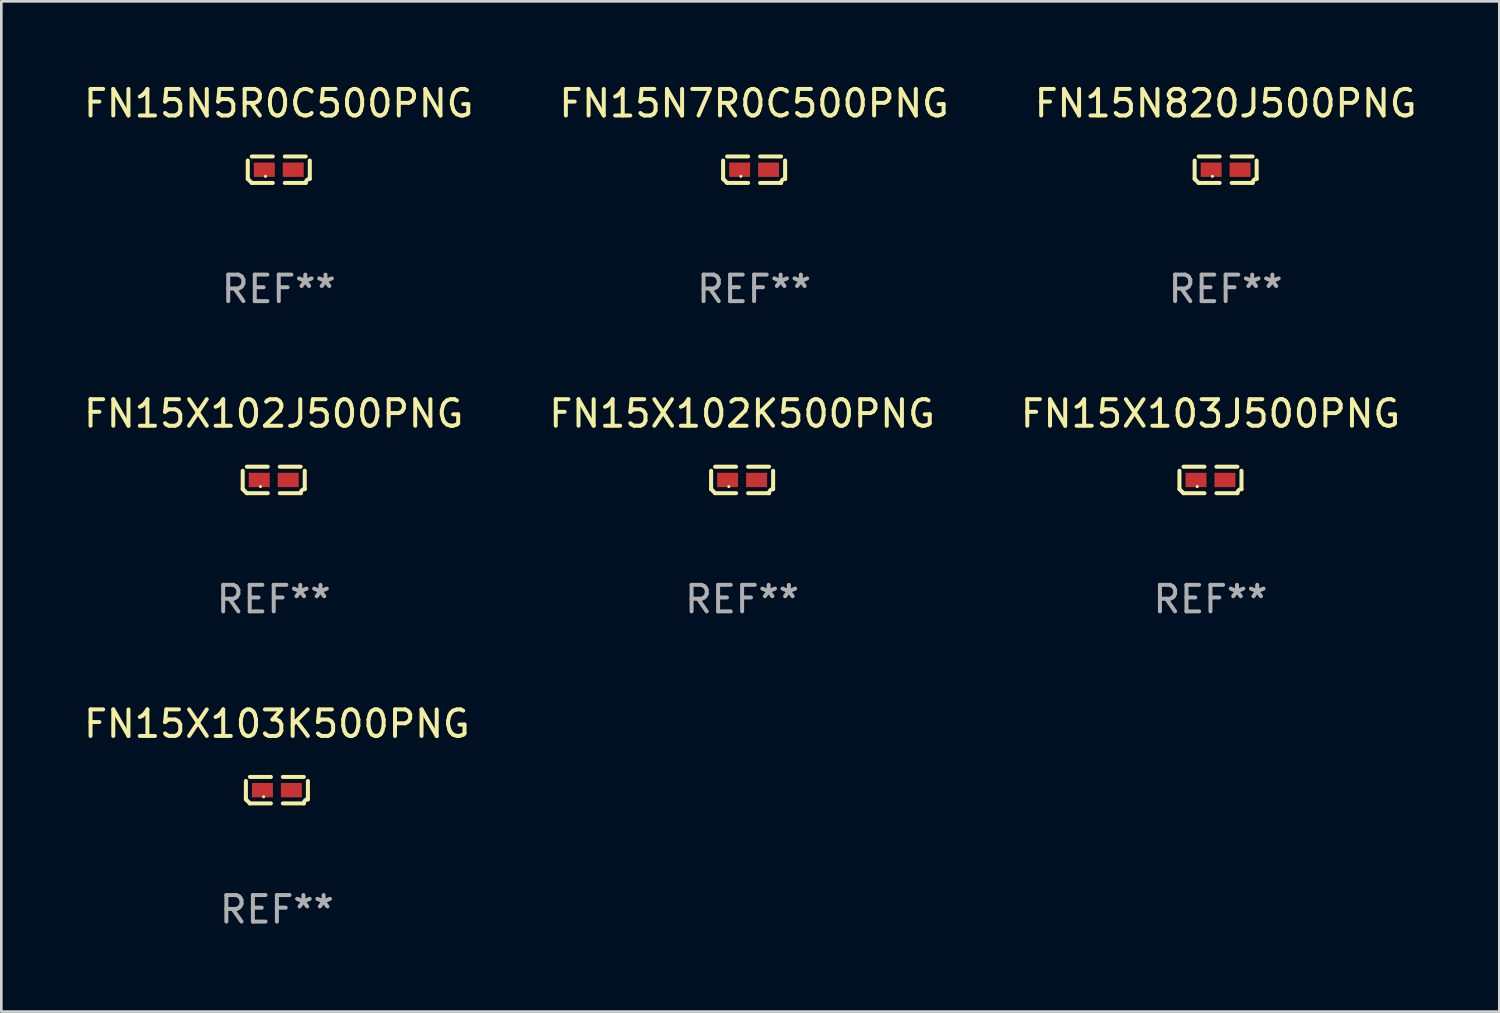
<source format=kicad_pcb>
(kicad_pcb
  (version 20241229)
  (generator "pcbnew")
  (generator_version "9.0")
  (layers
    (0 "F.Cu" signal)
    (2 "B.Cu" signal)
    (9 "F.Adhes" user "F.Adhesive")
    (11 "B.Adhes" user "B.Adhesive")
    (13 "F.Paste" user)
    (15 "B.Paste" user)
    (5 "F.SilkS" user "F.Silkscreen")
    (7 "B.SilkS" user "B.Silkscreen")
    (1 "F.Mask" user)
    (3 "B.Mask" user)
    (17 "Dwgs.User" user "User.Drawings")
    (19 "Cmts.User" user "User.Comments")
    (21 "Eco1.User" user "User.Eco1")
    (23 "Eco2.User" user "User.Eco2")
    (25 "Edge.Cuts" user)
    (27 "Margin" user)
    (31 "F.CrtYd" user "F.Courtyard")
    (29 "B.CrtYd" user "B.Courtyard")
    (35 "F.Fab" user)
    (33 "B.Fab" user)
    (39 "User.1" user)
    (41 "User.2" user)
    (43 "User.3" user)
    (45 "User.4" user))
  (footprint "FN15X102J500PNG"
    (layer "F.Cu")
    (at 7.268 15.041)
    (property "Reference" "FN15X102J500PNG" (at 0 -2.499 0) (layer "F.SilkS") (effects (font (size 1 1) (thickness 0.15))))
    (attr through_hole)
    (fp_line (start -1.169 0.346) (end -1.169 -0.346) (stroke (width 0.152) (type solid)) (layer "F.SilkS"))
    (fp_line (start -1.016 -0.499) (end -0.226 -0.499) (stroke (width 0.152) (type solid)) (layer "F.SilkS"))
    (fp_line (start -0.226 0.499) (end -1.016 0.499) (stroke (width 0.152) (type solid)) (layer "F.SilkS"))
    (fp_line (start 0.226 0.499) (end 1.016 0.499) (stroke (width 0.152) (type solid)) (layer "F.SilkS"))
    (fp_line (start 1.016 -0.499) (end 0.226 -0.499) (stroke (width 0.152) (type solid)) (layer "F.SilkS"))
    (fp_line (start 1.169 0.346) (end 1.169 -0.346) (stroke (width 0.152) (type solid)) (layer "F.SilkS"))
    (fp_arc (start -1.016307 0.498603) (mid -1.092512 0.422405) (end -1.16871 0.3462) (stroke (width 0.1524) (type solid)) (layer "F.SilkS"))
    (fp_arc (start 1.016307 0.498603) (mid 1.060899 0.390758) (end 1.168707 0.346076) (stroke (width 0.1524) (type solid)) (layer "F.SilkS"))
    (fp_circle (center -0.5 0.25) (end -0.47 0.25) (stroke (width 0.06) (type solid)) (fill no) (layer "F.SilkS"))
    (fp_text user "REF**" (at 0 4.499 0) (layer "F.Fab") (effects (font (size 1 1) (thickness 0.15))))
    (pad "1" smd rect (at -0.545 0) (size 0.79 0.54) (layers "F.Cu" "F.Mask" "F.Paste"))
    (pad "2" smd rect (at 0.545 0) (size 0.79 0.54) (layers "F.Cu" "F.Mask" "F.Paste")))
  (footprint "FN15N820J500PNG"
    (layer "F.Cu")
    (at 43.149 3.347)
    (property "Reference" "FN15N820J500PNG" (at 0 -2.499 0) (layer "F.SilkS") (effects (font (size 1 1) (thickness 0.15))))
    (attr through_hole)
    (fp_line (start -1.169 0.346) (end -1.169 -0.346) (stroke (width 0.152) (type solid)) (layer "F.SilkS"))
    (fp_line (start -1.016 -0.499) (end -0.226 -0.499) (stroke (width 0.152) (type solid)) (layer "F.SilkS"))
    (fp_line (start -0.226 0.499) (end -1.016 0.499) (stroke (width 0.152) (type solid)) (layer "F.SilkS"))
    (fp_line (start 0.226 0.499) (end 1.016 0.499) (stroke (width 0.152) (type solid)) (layer "F.SilkS"))
    (fp_line (start 1.016 -0.499) (end 0.226 -0.499) (stroke (width 0.152) (type solid)) (layer "F.SilkS"))
    (fp_line (start 1.169 0.346) (end 1.169 -0.346) (stroke (width 0.152) (type solid)) (layer "F.SilkS"))
    (fp_arc (start -1.016307 0.498603) (mid -1.092512 0.422405) (end -1.16871 0.3462) (stroke (width 0.1524) (type solid)) (layer "F.SilkS"))
    (fp_arc (start 1.016307 0.498603) (mid 1.060899 0.390758) (end 1.168707 0.346076) (stroke (width 0.1524) (type solid)) (layer "F.SilkS"))
    (fp_circle (center -0.5 0.25) (end -0.47 0.25) (stroke (width 0.06) (type solid)) (fill no) (layer "F.SilkS"))
    (fp_text user "REF**" (at 0 4.499 0) (layer "F.Fab") (effects (font (size 1 1) (thickness 0.15))))
    (pad "1" smd rect (at -0.545 0) (size 0.79 0.54) (layers "F.Cu" "F.Mask" "F.Paste"))
    (pad "2" smd rect (at 0.545 0) (size 0.79 0.54) (layers "F.Cu" "F.Mask" "F.Paste")))
  (footprint "FN15X103K500PNG"
    (layer "F.Cu")
    (at 7.387 26.734)
    (property "Reference" "FN15X103K500PNG" (at 0 -2.499 0) (layer "F.SilkS") (effects (font (size 1 1) (thickness 0.15))))
    (attr through_hole)
    (fp_line (start -1.169 0.346) (end -1.169 -0.346) (stroke (width 0.152) (type solid)) (layer "F.SilkS"))
    (fp_line (start -1.016 -0.499) (end -0.226 -0.499) (stroke (width 0.152) (type solid)) (layer "F.SilkS"))
    (fp_line (start -0.226 0.499) (end -1.016 0.499) (stroke (width 0.152) (type solid)) (layer "F.SilkS"))
    (fp_line (start 0.226 0.499) (end 1.016 0.499) (stroke (width 0.152) (type solid)) (layer "F.SilkS"))
    (fp_line (start 1.016 -0.499) (end 0.226 -0.499) (stroke (width 0.152) (type solid)) (layer "F.SilkS"))
    (fp_line (start 1.169 0.346) (end 1.169 -0.346) (stroke (width 0.152) (type solid)) (layer "F.SilkS"))
    (fp_arc (start -1.016307 0.498603) (mid -1.092512 0.422405) (end -1.16871 0.3462) (stroke (width 0.1524) (type solid)) (layer "F.SilkS"))
    (fp_arc (start 1.016307 0.498603) (mid 1.060899 0.390758) (end 1.168707 0.346076) (stroke (width 0.1524) (type solid)) (layer "F.SilkS"))
    (fp_circle (center -0.5 0.25) (end -0.47 0.25) (stroke (width 0.06) (type solid)) (fill no) (layer "F.SilkS"))
    (fp_text user "REF**" (at 0 4.499 0) (layer "F.Fab") (effects (font (size 1 1) (thickness 0.15))))
    (pad "1" smd rect (at -0.545 0) (size 0.79 0.54) (layers "F.Cu" "F.Mask" "F.Paste"))
    (pad "2" smd rect (at 0.545 0) (size 0.79 0.54) (layers "F.Cu" "F.Mask" "F.Paste")))
  (footprint "FN15N7R0C500PNG"
    (layer "F.Cu")
    (at 25.375 3.347)
    (property "Reference" "FN15N7R0C500PNG" (at 0 -2.499 0) (layer "F.SilkS") (effects (font (size 1 1) (thickness 0.15))))
    (attr through_hole)
    (fp_line (start -1.169 0.346) (end -1.169 -0.346) (stroke (width 0.152) (type solid)) (layer "F.SilkS"))
    (fp_line (start -1.016 -0.499) (end -0.226 -0.499) (stroke (width 0.152) (type solid)) (layer "F.SilkS"))
    (fp_line (start -0.226 0.499) (end -1.016 0.499) (stroke (width 0.152) (type solid)) (layer "F.SilkS"))
    (fp_line (start 0.226 0.499) (end 1.016 0.499) (stroke (width 0.152) (type solid)) (layer "F.SilkS"))
    (fp_line (start 1.016 -0.499) (end 0.226 -0.499) (stroke (width 0.152) (type solid)) (layer "F.SilkS"))
    (fp_line (start 1.169 0.346) (end 1.169 -0.346) (stroke (width 0.152) (type solid)) (layer "F.SilkS"))
    (fp_arc (start -1.016307 0.498603) (mid -1.092512 0.422405) (end -1.16871 0.3462) (stroke (width 0.1524) (type solid)) (layer "F.SilkS"))
    (fp_arc (start 1.016307 0.498603) (mid 1.060899 0.390758) (end 1.168707 0.346076) (stroke (width 0.1524) (type solid)) (layer "F.SilkS"))
    (fp_circle (center -0.5 0.25) (end -0.47 0.25) (stroke (width 0.06) (type solid)) (fill no) (layer "F.SilkS"))
    (fp_text user "REF**" (at 0 4.499 0) (layer "F.Fab") (effects (font (size 1 1) (thickness 0.15))))
    (pad "1" smd rect (at -0.545 0) (size 0.79 0.54) (layers "F.Cu" "F.Mask" "F.Paste"))
    (pad "2" smd rect (at 0.545 0) (size 0.79 0.54) (layers "F.Cu" "F.Mask" "F.Paste")))
  (footprint "FN15N5R0C500PNG"
    (layer "F.Cu")
    (at 7.458 3.347)
    (property "Reference" "FN15N5R0C500PNG" (at 0 -2.499 0) (layer "F.SilkS") (effects (font (size 1 1) (thickness 0.15))))
    (attr through_hole)
    (fp_line (start -1.169 0.346) (end -1.169 -0.346) (stroke (width 0.152) (type solid)) (layer "F.SilkS"))
    (fp_line (start -1.016 -0.499) (end -0.226 -0.499) (stroke (width 0.152) (type solid)) (layer "F.SilkS"))
    (fp_line (start -0.226 0.499) (end -1.016 0.499) (stroke (width 0.152) (type solid)) (layer "F.SilkS"))
    (fp_line (start 0.226 0.499) (end 1.016 0.499) (stroke (width 0.152) (type solid)) (layer "F.SilkS"))
    (fp_line (start 1.016 -0.499) (end 0.226 -0.499) (stroke (width 0.152) (type solid)) (layer "F.SilkS"))
    (fp_line (start 1.169 0.346) (end 1.169 -0.346) (stroke (width 0.152) (type solid)) (layer "F.SilkS"))
    (fp_arc (start -1.016307 0.498603) (mid -1.092512 0.422405) (end -1.16871 0.3462) (stroke (width 0.1524) (type solid)) (layer "F.SilkS"))
    (fp_arc (start 1.016307 0.498603) (mid 1.060899 0.390758) (end 1.168707 0.346076) (stroke (width 0.1524) (type solid)) (layer "F.SilkS"))
    (fp_circle (center -0.5 0.25) (end -0.47 0.25) (stroke (width 0.06) (type solid)) (fill no) (layer "F.SilkS"))
    (fp_text user "REF**" (at 0 4.499 0) (layer "F.Fab") (effects (font (size 1 1) (thickness 0.15))))
    (pad "1" smd rect (at -0.545 0) (size 0.79 0.54) (layers "F.Cu" "F.Mask" "F.Paste"))
    (pad "2" smd rect (at 0.545 0) (size 0.79 0.54) (layers "F.Cu" "F.Mask" "F.Paste")))
  (footprint "FN15X102K500PNG"
    (layer "F.Cu")
    (at 24.923 15.041)
    (property "Reference" "FN15X102K500PNG" (at 0 -2.499 0) (layer "F.SilkS") (effects (font (size 1 1) (thickness 0.15))))
    (attr through_hole)
    (fp_line (start -1.169 0.346) (end -1.169 -0.346) (stroke (width 0.152) (type solid)) (layer "F.SilkS"))
    (fp_line (start -1.016 -0.499) (end -0.226 -0.499) (stroke (width 0.152) (type solid)) (layer "F.SilkS"))
    (fp_line (start -0.226 0.499) (end -1.016 0.499) (stroke (width 0.152) (type solid)) (layer "F.SilkS"))
    (fp_line (start 0.226 0.499) (end 1.016 0.499) (stroke (width 0.152) (type solid)) (layer "F.SilkS"))
    (fp_line (start 1.016 -0.499) (end 0.226 -0.499) (stroke (width 0.152) (type solid)) (layer "F.SilkS"))
    (fp_line (start 1.169 0.346) (end 1.169 -0.346) (stroke (width 0.152) (type solid)) (layer "F.SilkS"))
    (fp_arc (start -1.016307 0.498603) (mid -1.092512 0.422405) (end -1.16871 0.3462) (stroke (width 0.1524) (type solid)) (layer "F.SilkS"))
    (fp_arc (start 1.016307 0.498603) (mid 1.060899 0.390758) (end 1.168707 0.346076) (stroke (width 0.1524) (type solid)) (layer "F.SilkS"))
    (fp_circle (center -0.5 0.25) (end -0.47 0.25) (stroke (width 0.06) (type solid)) (fill no) (layer "F.SilkS"))
    (fp_text user "REF**" (at 0 4.499 0) (layer "F.Fab") (effects (font (size 1 1) (thickness 0.15))))
    (pad "1" smd rect (at -0.545 0) (size 0.79 0.54) (layers "F.Cu" "F.Mask" "F.Paste"))
    (pad "2" smd rect (at 0.545 0) (size 0.79 0.54) (layers "F.Cu" "F.Mask" "F.Paste")))
  (footprint "FN15X103J500PNG"
    (layer "F.Cu")
    (at 42.577 15.041)
    (property "Reference" "FN15X103J500PNG" (at 0 -2.499 0) (layer "F.SilkS") (effects (font (size 1 1) (thickness 0.15))))
    (attr through_hole)
    (fp_line (start -1.169 0.346) (end -1.169 -0.346) (stroke (width 0.152) (type solid)) (layer "F.SilkS"))
    (fp_line (start -1.016 -0.499) (end -0.226 -0.499) (stroke (width 0.152) (type solid)) (layer "F.SilkS"))
    (fp_line (start -0.226 0.499) (end -1.016 0.499) (stroke (width 0.152) (type solid)) (layer "F.SilkS"))
    (fp_line (start 0.226 0.499) (end 1.016 0.499) (stroke (width 0.152) (type solid)) (layer "F.SilkS"))
    (fp_line (start 1.016 -0.499) (end 0.226 -0.499) (stroke (width 0.152) (type solid)) (layer "F.SilkS"))
    (fp_line (start 1.169 0.346) (end 1.169 -0.346) (stroke (width 0.152) (type solid)) (layer "F.SilkS"))
    (fp_arc (start -1.016307 0.498603) (mid -1.092512 0.422405) (end -1.16871 0.3462) (stroke (width 0.1524) (type solid)) (layer "F.SilkS"))
    (fp_arc (start 1.016307 0.498603) (mid 1.060899 0.390758) (end 1.168707 0.346076) (stroke (width 0.1524) (type solid)) (layer "F.SilkS"))
    (fp_circle (center -0.5 0.25) (end -0.47 0.25) (stroke (width 0.06) (type solid)) (fill no) (layer "F.SilkS"))
    (fp_text user "REF**" (at 0 4.499 0) (layer "F.Fab") (effects (font (size 1 1) (thickness 0.15))))
    (pad "1" smd rect (at -0.545 0) (size 0.79 0.54) (layers "F.Cu" "F.Mask" "F.Paste"))
    (pad "2" smd rect (at 0.545 0) (size 0.79 0.54) (layers "F.Cu" "F.Mask" "F.Paste")))
  (gr_rect
    (start -3 -3)
    (end 53.464 35.081)
    (stroke (width 0.1) (type default))
    (fill no)
    (layer "Edge.Cuts")))
</source>
